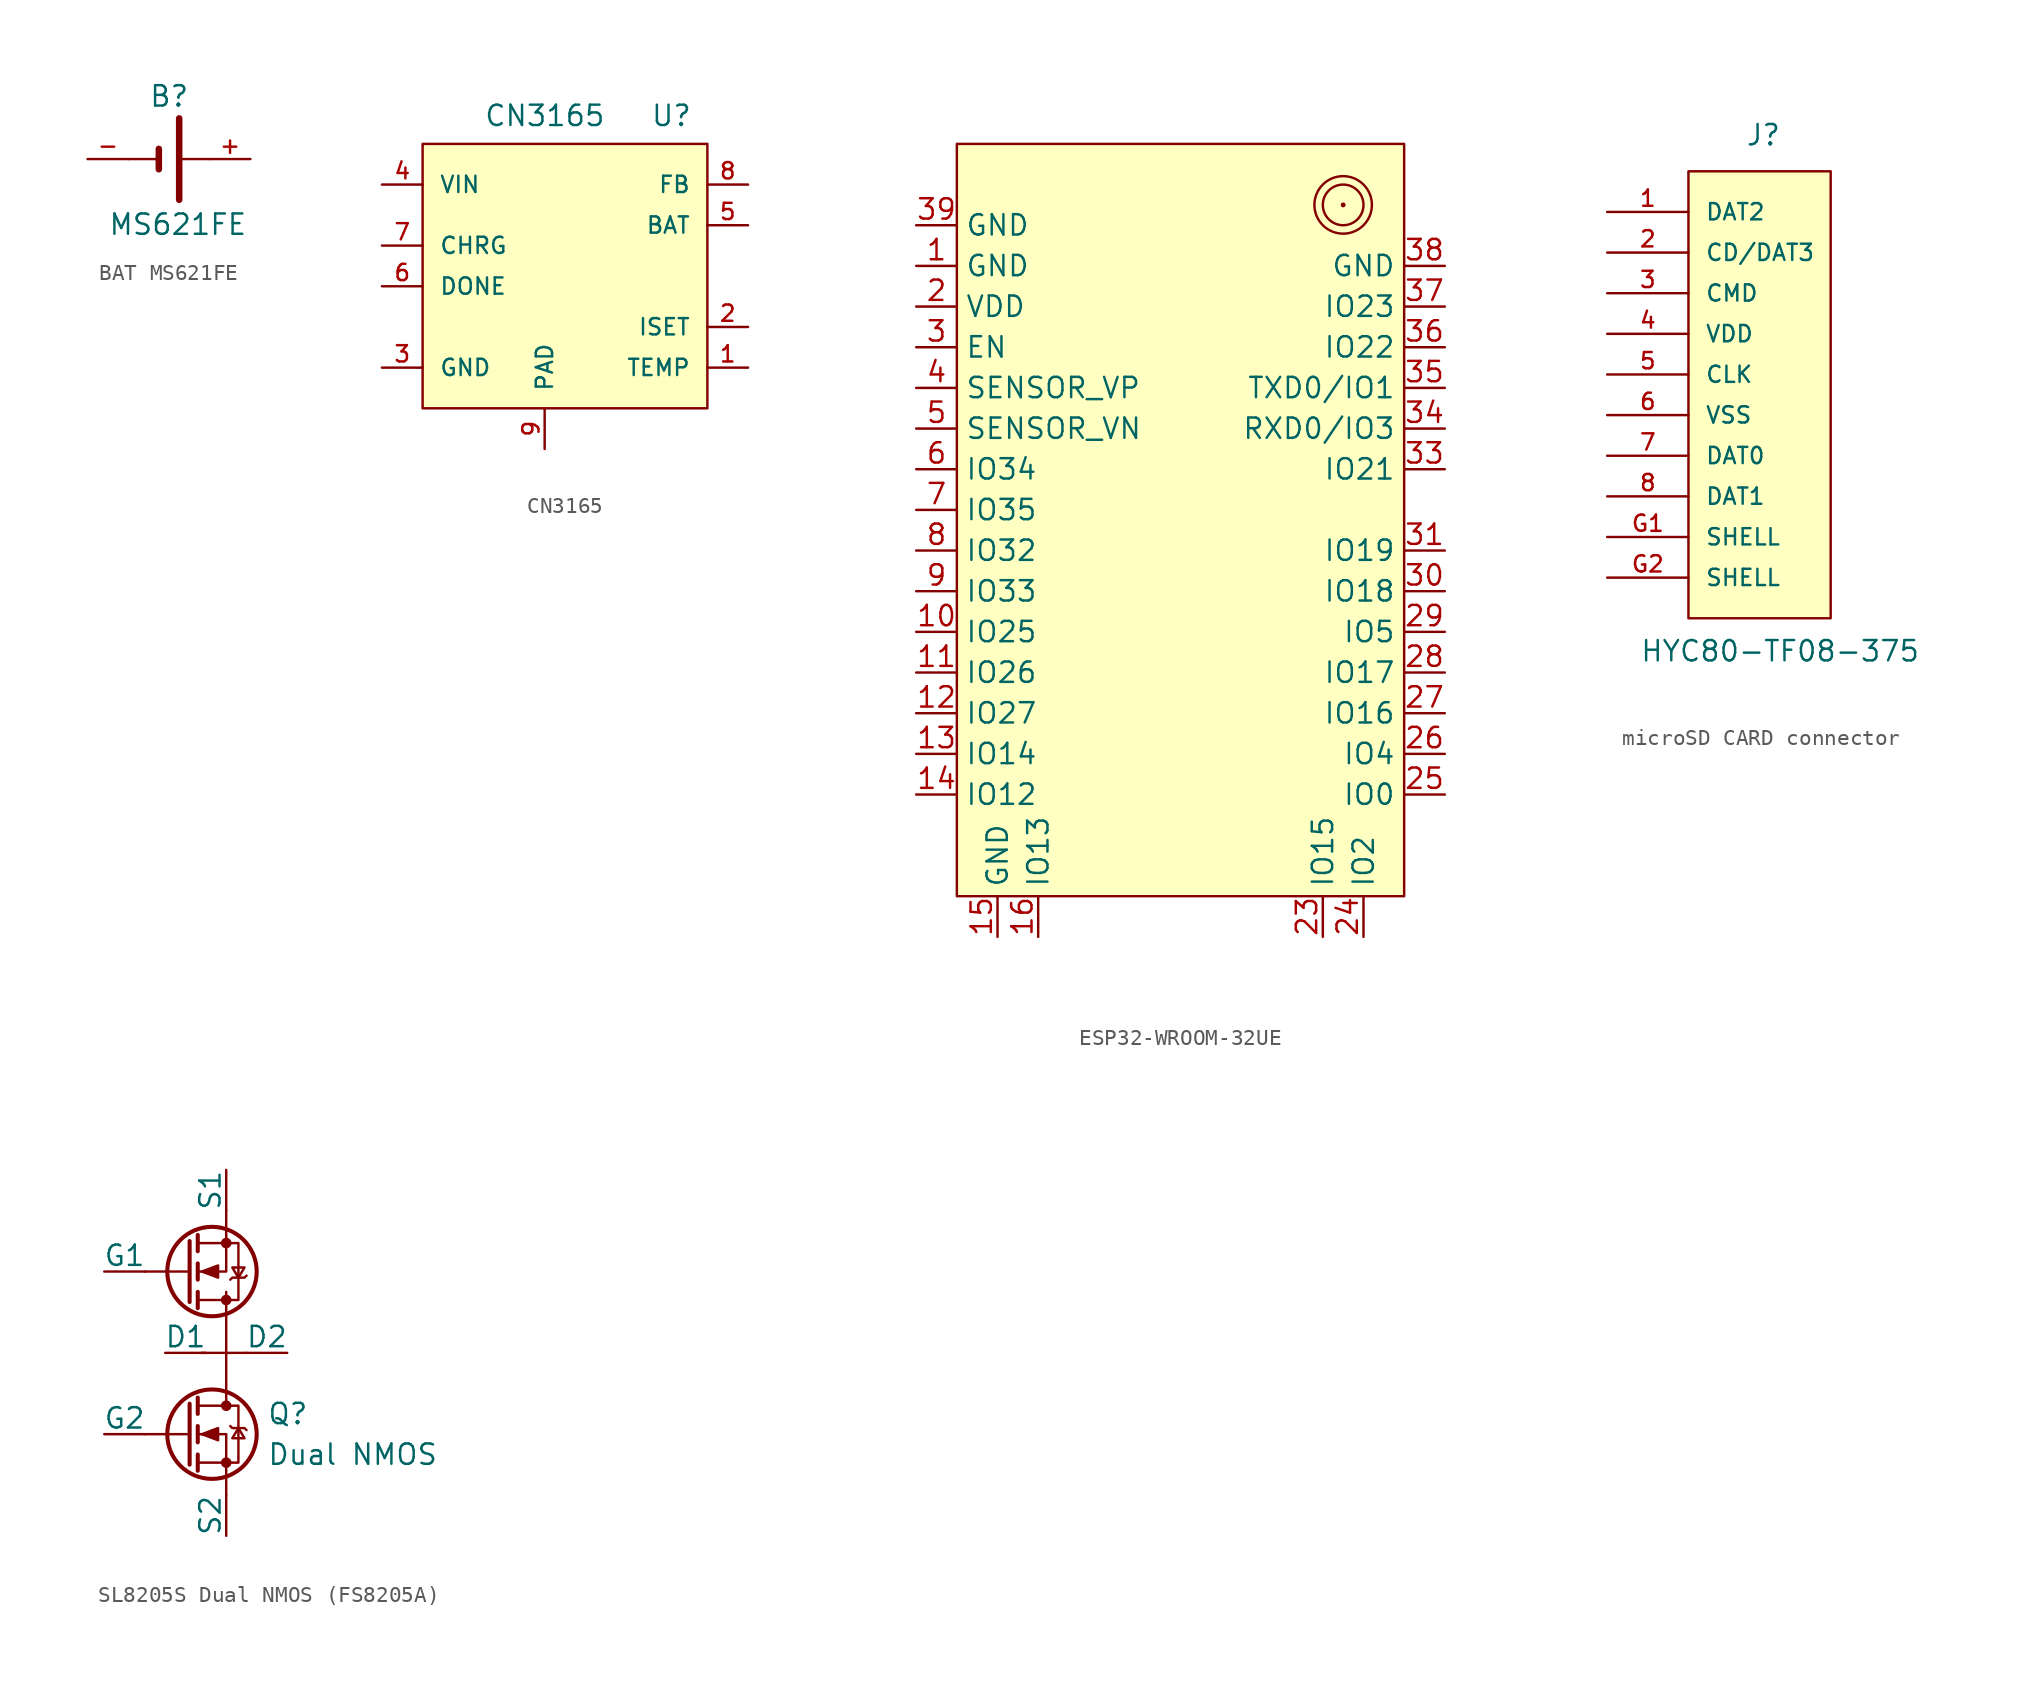
<source format=kicad_sym>
(kicad_symbol_lib
  (version 20241209)
  (generator "kicad_symbol_editor")
  (generator_version "9.0")
  (symbol "BAT MS621FE"
    (pin_names
      (offset 1.016))
    (property "Reference" "B"
      (at -1.271 3.178 0)
      (effects (font (size 1.27 1.27)) (justify left bottom)))
    (property "Value" "MS621FE"
      (at -3.81 -4.826 0)
      (effects (font (size 1.27 1.27)) (justify left bottom)))
    (symbol "BAT MS621FE_0_0"
      (polyline (pts (xy -2.54 0) (xy -0.635 0)) (stroke (width 0.152) (type default)) (fill (type none)))
      (polyline (pts (xy -0.635 0.635) (xy -0.635 0)) (stroke (width 0.406) (type default)) (fill (type none)))
      (polyline (pts (xy -0.635 0) (xy -0.635 -0.635)) (stroke (width 0.406) (type default)) (fill (type none)))
      (polyline (pts (xy 0.635 2.54) (xy 0.635 0)) (stroke (width 0.406) (type default)) (fill (type none)))
      (polyline (pts (xy 0.635 0) (xy 0.635 -2.54)) (stroke (width 0.406) (type default)) (fill (type none)))
      (polyline (pts (xy 0.635 0) (xy 2.54 0)) (stroke (width 0.152) (type default)) (fill (type none)))
      (pin passive line (at -5.08 0 0) (length 2.54) (name "~" (effects (font (size 1.016 1.016)))) (number "-" (effects (font (size 1.016 1.016)))))
      (pin passive line (at 5.08 0 180) (length 2.54) (name "~" (effects (font (size 1.016 1.016)))) (number "+" (effects (font (size 1.016 1.016)))))))
  (symbol "CN3165"
    (pin_names
      (offset 1.016))
    (property "Reference" "U"
      (at 5.334 8.636 0)
      (effects (font (size 1.27 1.27)) (justify left bottom)))
    (property "Value" "CN3165"
      (at -5.08 8.636 0)
      (effects (font (size 1.27 1.27)) (justify left bottom)))
    (symbol "CN3165_0_1"
      (rectangle (start -8.89 7.62) (end 8.89 -8.89) (stroke (width 0) (type default)) (fill (type color) (color 255 255 194 1))))
    (symbol "CN3165_1_0"
      (pin power_in line (at -11.43 5.08 0) (length 2.54) (name "VIN" (effects (font (size 1.016 1.016)))) (number "4" (effects (font (size 1.016 1.016)))))
      (pin input line (at -11.43 1.27 0) (length 2.54) (name "CHRG" (effects (font (size 1.016 1.016)))) (number "7" (effects (font (size 1.016 1.016)))))
      (pin input line (at -11.43 -1.27 0) (length 2.54) (name "DONE" (effects (font (size 1.016 1.016)))) (number "6" (effects (font (size 1.016 1.016)))))
      (pin power_in line (at -11.43 -6.35 0) (length 2.54) (name "GND" (effects (font (size 1.016 1.016)))) (number "3" (effects (font (size 1.016 1.016)))))
      (pin bidirectional line (at -1.27 -11.43 90) (length 2.54) (name "PAD" (effects (font (size 1.016 1.016)))) (number "9" (effects (font (size 1.016 1.016)))))
      (pin input line (at 11.43 5.08 180) (length 2.54) (name "FB" (effects (font (size 1.016 1.016)))) (number "8" (effects (font (size 1.016 1.016)))))
      (pin input line (at 11.43 2.54 180) (length 2.54) (name "BAT" (effects (font (size 1.016 1.016)))) (number "5" (effects (font (size 1.016 1.016)))))
      (pin input line (at 11.43 -3.81 180) (length 2.54) (name "ISET" (effects (font (size 1.016 1.016)))) (number "2" (effects (font (size 1.016 1.016)))))
      (pin input line (at 11.43 -6.35 180) (length 2.54) (name "TEMP" (effects (font (size 1.016 1.016)))) (number "1" (effects (font (size 1.016 1.016)))))))
  (symbol "ESP32-WROOM-32UE"
    (property "Reference" "U"
      (at -16.002 26.162 0)
      (effects (font (size 1.27 1.27)) (justify left) (hide yes)))
    (symbol "ESP32-WROOM-32UE_1_1"
      (rectangle (start -13.97 21.59) (end 13.97 -25.4) (stroke (width 0) (type default)) (fill (type color) (color 255 255 194 1)))
      (circle (center 10.16 17.78) (radius 0.0001) (stroke (width 0) (type default)) (fill (type none)))
      (circle (center 10.16 17.78) (radius 1.27) (stroke (width 0) (type default)) (fill (type none)))
      (circle (center 10.16 17.78) (radius 1.796) (stroke (width 0) (type default)) (fill (type none)))
      (pin power_in line (at -16.51 16.51 0) (length 2.54) (name "GND" (effects (font (size 1.27 1.27)))) (number "39" (effects (font (size 1.27 1.27)))))
      (pin power_in line (at -16.51 13.97 0) (length 2.54) (name "GND" (effects (font (size 1.27 1.27)))) (number "1" (effects (font (size 1.27 1.27)))))
      (pin power_in line (at -16.51 11.43 0) (length 2.54) (name "VDD" (effects (font (size 1.27 1.27)))) (number "2" (effects (font (size 1.27 1.27)))))
      (pin input line (at -16.51 8.89 0) (length 2.54) (name "EN" (effects (font (size 1.27 1.27)))) (number "3" (effects (font (size 1.27 1.27)))))
      (pin input line (at -16.51 6.35 0) (length 2.54) (name "SENSOR_VP" (effects (font (size 1.27 1.27)))) (number "4" (effects (font (size 1.27 1.27)))))
      (pin input line (at -16.51 3.81 0) (length 2.54) (name "SENSOR_VN" (effects (font (size 1.27 1.27)))) (number "5" (effects (font (size 1.27 1.27)))))
      (pin input line (at -16.51 1.27 0) (length 2.54) (name "IO34" (effects (font (size 1.27 1.27)))) (number "6" (effects (font (size 1.27 1.27)))))
      (pin input line (at -16.51 -1.27 0) (length 2.54) (name "IO35" (effects (font (size 1.27 1.27)))) (number "7" (effects (font (size 1.27 1.27)))))
      (pin bidirectional line (at -16.51 -3.81 0) (length 2.54) (name "IO32" (effects (font (size 1.27 1.27)))) (number "8" (effects (font (size 1.27 1.27)))))
      (pin bidirectional line (at -16.51 -6.35 0) (length 2.54) (name "IO33" (effects (font (size 1.27 1.27)))) (number "9" (effects (font (size 1.27 1.27)))))
      (pin bidirectional line (at -16.51 -8.89 0) (length 2.54) (name "IO25" (effects (font (size 1.27 1.27)))) (number "10" (effects (font (size 1.27 1.27)))))
      (pin bidirectional line (at -16.51 -11.43 0) (length 2.54) (name "IO26" (effects (font (size 1.27 1.27)))) (number "11" (effects (font (size 1.27 1.27)))))
      (pin bidirectional line (at -16.51 -13.97 0) (length 2.54) (name "IO27" (effects (font (size 1.27 1.27)))) (number "12" (effects (font (size 1.27 1.27)))))
      (pin bidirectional line (at -16.51 -16.51 0) (length 2.54) (name "IO14" (effects (font (size 1.27 1.27)))) (number "13" (effects (font (size 1.27 1.27)))))
      (pin bidirectional line (at -16.51 -19.05 0) (length 2.54) (name "IO12" (effects (font (size 1.27 1.27)))) (number "14" (effects (font (size 1.27 1.27)))))
      (pin power_in line (at -11.43 -27.94 90) (length 2.54) (name "GND" (effects (font (size 1.27 1.27)))) (number "15" (effects (font (size 1.27 1.27)))))
      (pin bidirectional line (at -8.89 -27.94 90) (length 2.54) (name "IO13" (effects (font (size 1.27 1.27)))) (number "16" (effects (font (size 1.27 1.27)))))
      (pin no_connect line (at -6.35 -27.94 90) (length 2.54) (hide yes) (name "NC_SD2" (effects (font (size 1.27 1.27)))) (number "17" (effects (font (size 1.27 1.27)))))
      (pin no_connect line (at -3.81 -27.94 90) (length 2.54) (hide yes) (name "NC_SD3" (effects (font (size 1.27 1.27)))) (number "18" (effects (font (size 1.27 1.27)))))
      (pin no_connect line (at -1.27 -27.94 90) (length 2.54) (hide yes) (name "NC_CMD" (effects (font (size 1.27 1.27)))) (number "19" (effects (font (size 1.27 1.27)))))
      (pin no_connect line (at 1.27 -27.94 90) (length 2.54) (hide yes) (name "NC_CLK" (effects (font (size 1.27 1.27)))) (number "20" (effects (font (size 1.27 1.27)))))
      (pin no_connect line (at 3.81 -27.94 90) (length 2.54) (hide yes) (name "NC_SD0" (effects (font (size 1.27 1.27)))) (number "21" (effects (font (size 1.27 1.27)))))
      (pin no_connect line (at 6.35 -27.94 90) (length 2.54) (hide yes) (name "NC_SD1" (effects (font (size 1.27 1.27)))) (number "22" (effects (font (size 1.27 1.27)))))
      (pin bidirectional line (at 8.89 -27.94 90) (length 2.54) (name "IO15" (effects (font (size 1.27 1.27)))) (number "23" (effects (font (size 1.27 1.27)))))
      (pin bidirectional line (at 11.43 -27.94 90) (length 2.54) (name "IO2" (effects (font (size 1.27 1.27)))) (number "24" (effects (font (size 1.27 1.27)))))
      (pin power_in line (at 16.51 13.97 180) (length 2.54) (name "GND" (effects (font (size 1.27 1.27)))) (number "38" (effects (font (size 1.27 1.27)))))
      (pin bidirectional line (at 16.51 11.43 180) (length 2.54) (name "IO23" (effects (font (size 1.27 1.27)))) (number "37" (effects (font (size 1.27 1.27)))))
      (pin bidirectional line (at 16.51 8.89 180) (length 2.54) (name "IO22" (effects (font (size 1.27 1.27)))) (number "36" (effects (font (size 1.27 1.27)))))
      (pin bidirectional line (at 16.51 6.35 180) (length 2.54) (name "TXD0/IO1" (effects (font (size 1.27 1.27)))) (number "35" (effects (font (size 1.27 1.27)))))
      (pin bidirectional line (at 16.51 3.81 180) (length 2.54) (name "RXD0/IO3" (effects (font (size 1.27 1.27)))) (number "34" (effects (font (size 1.27 1.27)))))
      (pin bidirectional line (at 16.51 1.27 180) (length 2.54) (name "IO21" (effects (font (size 1.27 1.27)))) (number "33" (effects (font (size 1.27 1.27)))))
      (pin no_connect line (at 16.51 -1.27 180) (length 2.54) (hide yes) (name "NC" (effects (font (size 1.27 1.27)))) (number "32" (effects (font (size 1.27 1.27)))))
      (pin bidirectional line (at 16.51 -3.81 180) (length 2.54) (name "IO19" (effects (font (size 1.27 1.27)))) (number "31" (effects (font (size 1.27 1.27)))))
      (pin bidirectional line (at 16.51 -6.35 180) (length 2.54) (name "IO18" (effects (font (size 1.27 1.27)))) (number "30" (effects (font (size 1.27 1.27)))))
      (pin bidirectional line (at 16.51 -8.89 180) (length 2.54) (name "IO5" (effects (font (size 1.27 1.27)))) (number "29" (effects (font (size 1.27 1.27)))))
      (pin bidirectional line (at 16.51 -11.43 180) (length 2.54) (name "IO17" (effects (font (size 1.27 1.27)))) (number "28" (effects (font (size 1.27 1.27)))))
      (pin bidirectional line (at 16.51 -13.97 180) (length 2.54) (name "IO16" (effects (font (size 1.27 1.27)))) (number "27" (effects (font (size 1.27 1.27)))))
      (pin bidirectional line (at 16.51 -16.51 180) (length 2.54) (name "IO4" (effects (font (size 1.27 1.27)))) (number "26" (effects (font (size 1.27 1.27)))))
      (pin bidirectional line (at 16.51 -19.05 180) (length 2.54) (name "IO0" (effects (font (size 1.27 1.27)))) (number "25" (effects (font (size 1.27 1.27)))))))
  (symbol "microSD CARD connector"
    (pin_names
      (offset 1.016))
    (property "Reference" "J"
      (at 8.636 4.064 0)
      (effects (font (size 1.27 1.27)) (justify left bottom)))
    (property "Value" "HYC80-TF08-375"
      (at 2.032 -28.194 0)
      (effects (font (size 1.27 1.27)) (justify left bottom)))
    (symbol "microSD CARD connector_0_1"
      (rectangle (start 5.08 2.54) (end 13.97 -25.4) (stroke (width 0) (type default)) (fill (type color) (color 255 255 194 1))))
    (symbol "microSD CARD connector_1_0"
      (pin bidirectional line (at 0 0 0) (length 5.08) (name "DAT2" (effects (font (size 1.016 1.016)))) (number "1" (effects (font (size 1.016 1.016)))))
      (pin passive line (at 0 -2.54 0) (length 5.08) (name "CD/DAT3" (effects (font (size 1.016 1.016)))) (number "2" (effects (font (size 1.016 1.016)))))
      (pin passive line (at 0 -5.08 0) (length 5.08) (name "CMD" (effects (font (size 1.016 1.016)))) (number "3" (effects (font (size 1.016 1.016)))))
      (pin power_in line (at 0 -7.62 0) (length 5.08) (name "VDD" (effects (font (size 1.016 1.016)))) (number "4" (effects (font (size 1.016 1.016)))))
      (pin passive line (at 0 -10.16 0) (length 5.08) (name "CLK" (effects (font (size 1.016 1.016)))) (number "5" (effects (font (size 1.016 1.016)))))
      (pin power_in line (at 0 -12.7 0) (length 5.08) (name "VSS" (effects (font (size 1.016 1.016)))) (number "6" (effects (font (size 1.016 1.016)))))
      (pin bidirectional line (at 0 -15.24 0) (length 5.08) (name "DAT0" (effects (font (size 1.016 1.016)))) (number "7" (effects (font (size 1.016 1.016)))))
      (pin bidirectional line (at 0 -17.78 0) (length 5.08) (name "DAT1" (effects (font (size 1.016 1.016)))) (number "8" (effects (font (size 1.016 1.016)))))
      (pin passive line (at 0 -20.32 0) (length 5.08) (name "SHELL" (effects (font (size 1.016 1.016)))) (number "G1" (effects (font (size 1.016 1.016)))))
      (pin passive line (at 0 -22.86 0) (length 5.08) (name "SHELL" (effects (font (size 1.016 1.016)))) (number "G2" (effects (font (size 1.016 1.016)))))))
  (symbol "SL8205S Dual NMOS (FS8205A)"
    (pin_numbers
      (hide yes))
    (pin_names
      (offset 0))
    (property "Reference" "Q"
      (at 5.08 1.27 0)
      (effects (font (size 1.27 1.27)) (justify left)))
    (property "Value" "Dual NMOS"
      (at 5.08 -1.27 0)
      (effects (font (size 1.27 1.27)) (justify left)))
    (symbol "SL8205S Dual NMOS (FS8205A)_0_1"
      (polyline (pts (xy 0.254 10.16) (xy -2.54 10.16)) (stroke (width 0) (type default)) (fill (type none)))
      (polyline (pts (xy 0.254 8.255) (xy 0.254 12.065)) (stroke (width 0.254) (type default)) (fill (type none)))
      (polyline (pts (xy 0.254 1.905) (xy 0.254 -1.905)) (stroke (width 0.254) (type default)) (fill (type none)))
      (polyline (pts (xy 0.254 0) (xy -2.54 0)) (stroke (width 0) (type default)) (fill (type none)))
      (polyline (pts (xy 0.762 11.938) (xy 3.302 11.938) (xy 3.302 8.382) (xy 0.762 8.382)) (stroke (width 0) (type default)) (fill (type none)))
      (polyline (pts (xy 0.762 11.43) (xy 0.762 12.446)) (stroke (width 0.254) (type default)) (fill (type none)))
      (polyline (pts (xy 0.762 9.652) (xy 0.762 10.668)) (stroke (width 0.254) (type default)) (fill (type none)))
      (polyline (pts (xy 0.762 7.874) (xy 0.762 8.89)) (stroke (width 0.254) (type default)) (fill (type none)))
      (polyline (pts (xy 0.762 2.286) (xy 0.762 1.27)) (stroke (width 0.254) (type default)) (fill (type none)))
      (polyline (pts (xy 0.762 0.508) (xy 0.762 -0.508)) (stroke (width 0.254) (type default)) (fill (type none)))
      (polyline (pts (xy 0.762 -1.27) (xy 0.762 -2.286)) (stroke (width 0.254) (type default)) (fill (type none)))
      (polyline (pts (xy 0.762 -1.778) (xy 3.302 -1.778) (xy 3.302 1.778) (xy 0.762 1.778)) (stroke (width 0) (type default)) (fill (type none)))
      (polyline (pts (xy 1.016 10.16) (xy 2.032 9.779) (xy 2.032 10.541) (xy 1.016 10.16)) (stroke (width 0) (type default)) (fill (type outline)))
      (polyline (pts (xy 1.016 0) (xy 2.032 0.381) (xy 2.032 -0.381) (xy 1.016 0)) (stroke (width 0) (type default)) (fill (type outline)))
      (circle (center 1.651 10.16) (radius 2.794) (stroke (width 0.254) (type default)) (fill (type none)))
      (circle (center 1.651 0) (radius 2.794) (stroke (width 0.254) (type default)) (fill (type none)))
      (polyline (pts (xy 2.54 13.97) (xy 2.54 10.16) (xy 0.762 10.16)) (stroke (width 0) (type default)) (fill (type none)))
      (circle (center 2.54 11.938) (radius 0.254) (stroke (width 0) (type default)) (fill (type outline)))
      (circle (center 2.54 8.382) (radius 0.254) (stroke (width 0) (type default)) (fill (type outline)))
      (polyline (pts (xy 2.54 2.54) (xy 2.54 1.778)) (stroke (width 0) (type default)) (fill (type none)))
      (circle (center 2.54 1.778) (radius 0.254) (stroke (width 0) (type default)) (fill (type outline)))
      (circle (center 2.54 -1.778) (radius 0.254) (stroke (width 0) (type default)) (fill (type outline)))
      (polyline (pts (xy 2.54 -3.81) (xy 2.54 0) (xy 0.762 0)) (stroke (width 0) (type default)) (fill (type none)))
      (polyline (pts (xy 2.794 9.652) (xy 2.921 9.779) (xy 3.683 9.779) (xy 3.81 9.906)) (stroke (width 0) (type default)) (fill (type none)))
      (polyline (pts (xy 2.794 0.508) (xy 2.921 0.381) (xy 3.683 0.381) (xy 3.81 0.254)) (stroke (width 0) (type default)) (fill (type none)))
      (polyline (pts (xy 3.302 9.779) (xy 2.921 10.414) (xy 3.683 10.414) (xy 3.302 9.779)) (stroke (width 0) (type default)) (fill (type none)))
      (polyline (pts (xy 3.302 0.381) (xy 2.921 -0.254) (xy 3.683 -0.254) (xy 3.302 0.381)) (stroke (width 0) (type default)) (fill (type none)))
      (polyline (pts (xy 3.81 5.08) (xy 1.016 5.08)) (stroke (width 0) (type default)) (fill (type none))))
    (symbol "SL8205S Dual NMOS (FS8205A)_1_1"
      (polyline (pts (xy 2.54 2.54) (xy 2.54 8.89)) (stroke (width 0) (type solid)) (fill (type none)))
      (pin input line (at -5.08 10.16 0) (length 2.54) (name "G1" (effects (font (size 1.27 1.27)))) (number "6" (effects (font (size 1.27 1.27)))))
      (pin input line (at -5.08 0 0) (length 2.54) (name "G2" (effects (font (size 1.27 1.27)))) (number "4" (effects (font (size 1.27 1.27)))))
      (pin passive line (at -1.27 5.08 0) (length 2.54) (name "D1" (effects (font (size 1.27 1.27)))) (number "2" (effects (font (size 1.27 1.27)))))
      (pin passive line (at 2.54 16.51 270) (length 2.54) (name "S1" (effects (font (size 1.27 1.27)))) (number "1" (effects (font (size 1.27 1.27)))))
      (pin passive line (at 2.54 -6.35 90) (length 2.54) (name "S2" (effects (font (size 1.27 1.27)))) (number "3" (effects (font (size 1.27 1.27)))))
      (pin passive line (at 6.35 5.08 180) (length 2.54) (name "D2" (effects (font (size 1.27 1.27)))) (number "5" (effects (font (size 1.27 1.27))))))))
</source>
